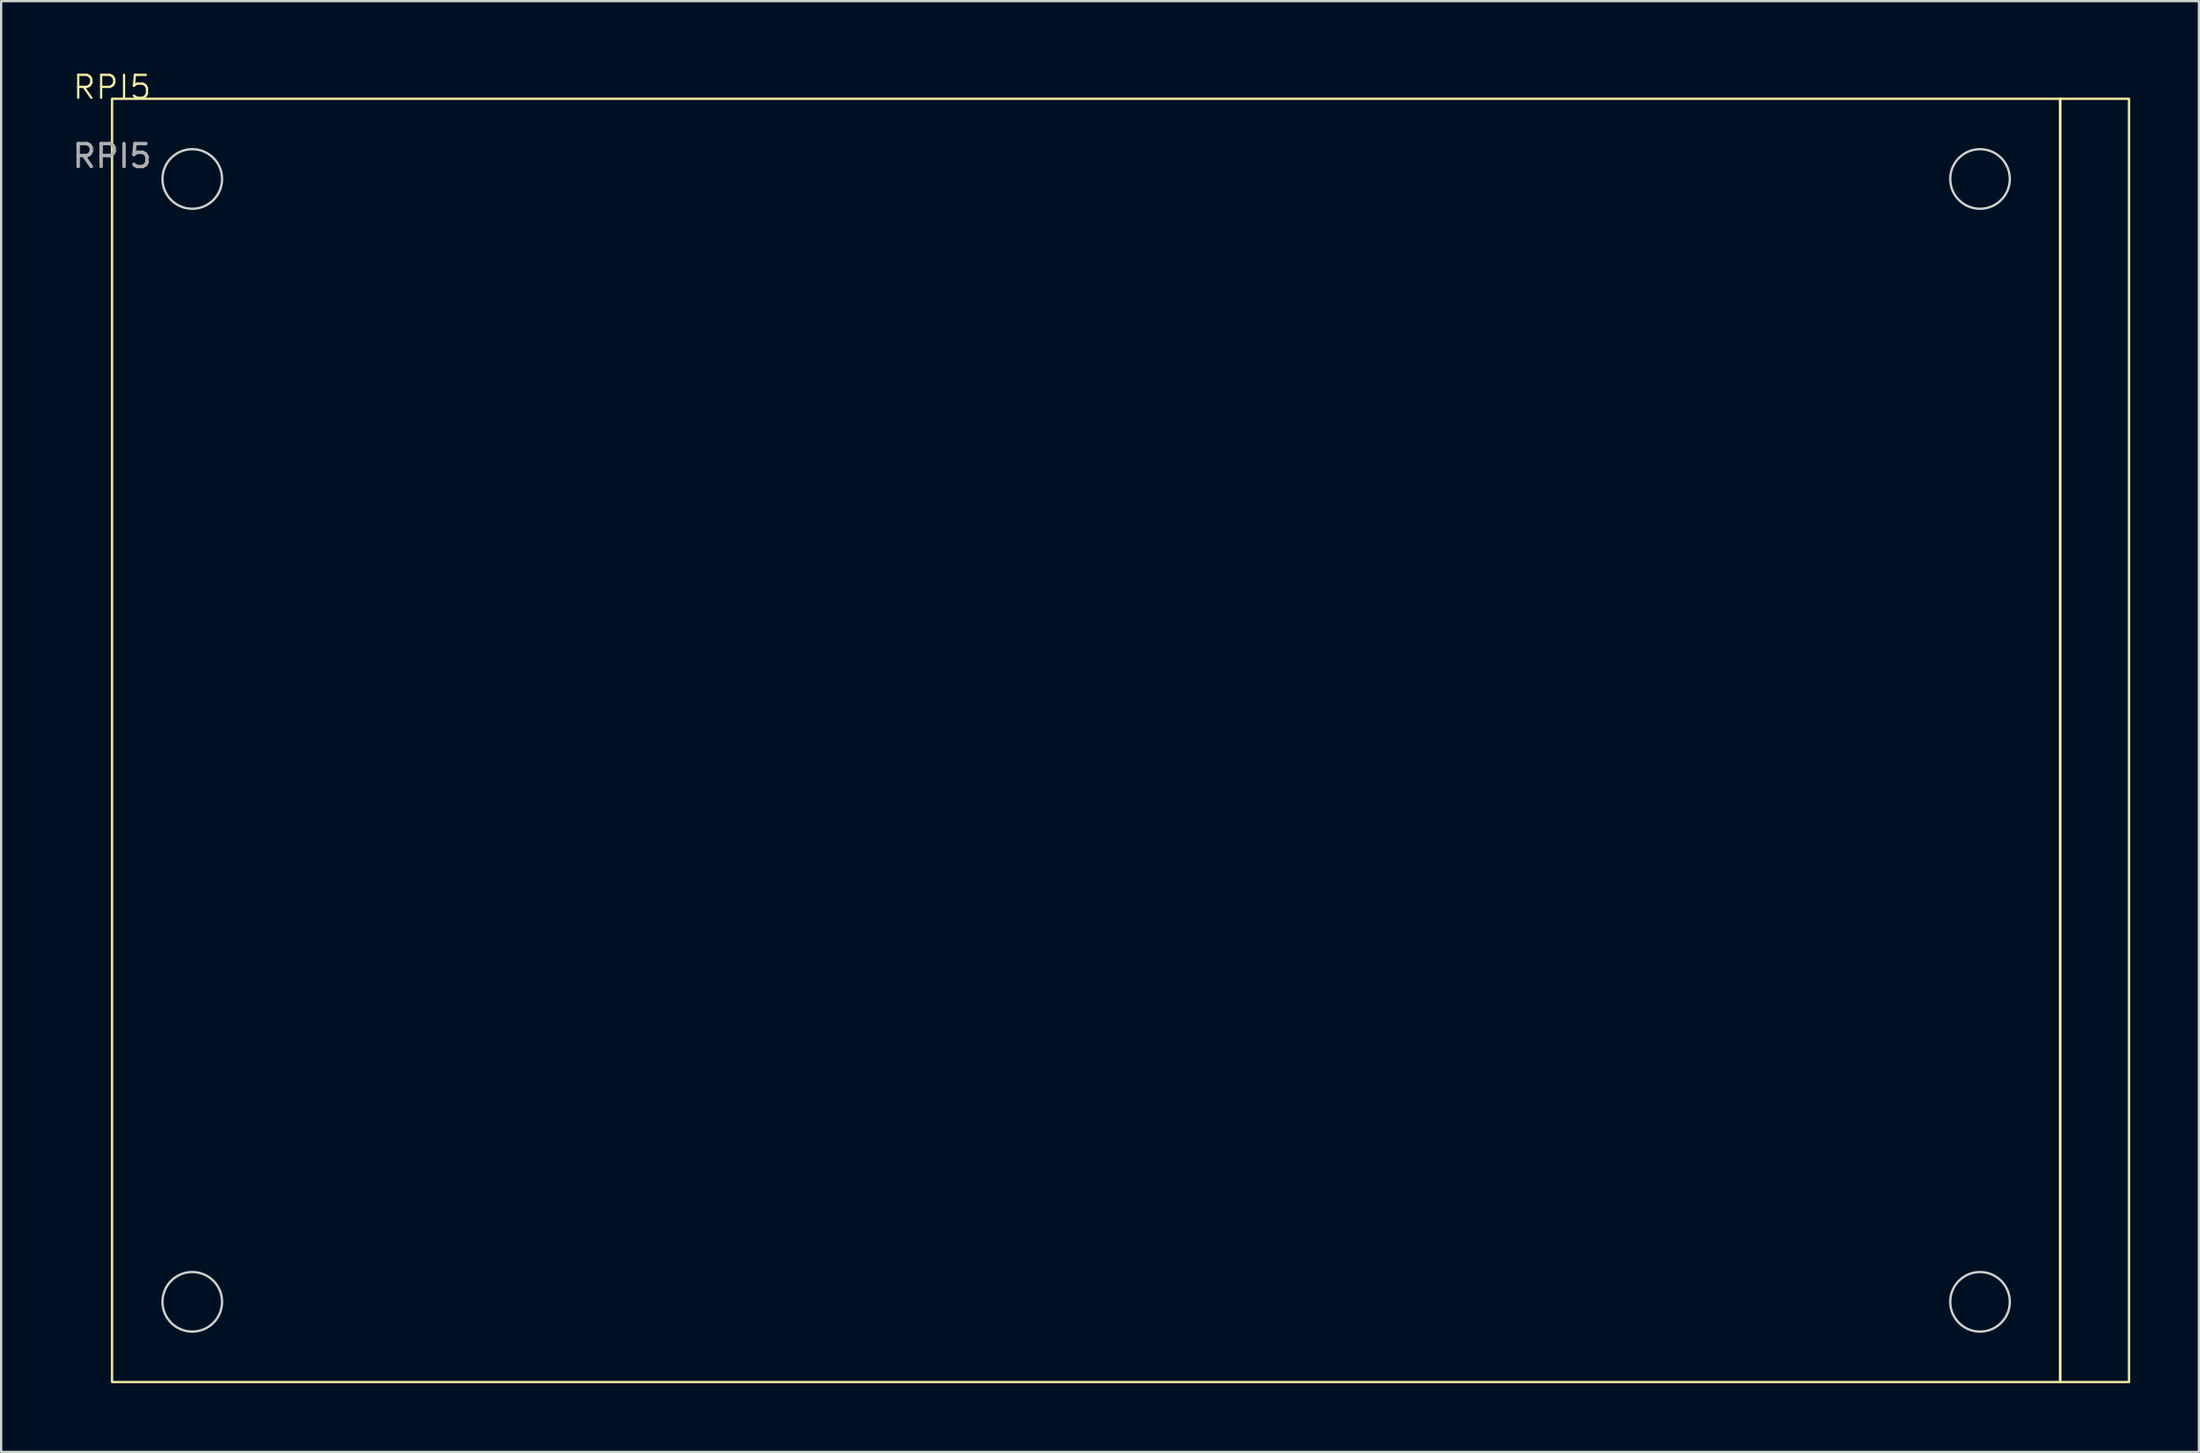
<source format=kicad_pcb>
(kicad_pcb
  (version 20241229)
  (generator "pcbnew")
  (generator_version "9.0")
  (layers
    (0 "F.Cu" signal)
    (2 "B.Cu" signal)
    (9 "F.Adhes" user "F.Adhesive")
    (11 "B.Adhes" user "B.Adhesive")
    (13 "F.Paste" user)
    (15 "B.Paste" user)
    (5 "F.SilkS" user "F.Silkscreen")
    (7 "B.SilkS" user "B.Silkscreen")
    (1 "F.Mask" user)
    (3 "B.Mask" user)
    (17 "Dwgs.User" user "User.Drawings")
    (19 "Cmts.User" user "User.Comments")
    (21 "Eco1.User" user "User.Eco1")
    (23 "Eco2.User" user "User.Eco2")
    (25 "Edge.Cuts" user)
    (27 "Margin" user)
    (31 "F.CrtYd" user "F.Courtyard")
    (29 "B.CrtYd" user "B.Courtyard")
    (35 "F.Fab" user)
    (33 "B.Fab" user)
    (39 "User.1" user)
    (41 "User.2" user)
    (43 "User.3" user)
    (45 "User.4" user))
  (footprint "RPI5"
    (layer "F.Cu")
    (at 1.839 1.26)
    (property "Reference" "RPI5" (at 0 -0.5 0) (unlocked yes) (layer "F.SilkS") (effects (font (size 1 1) (thickness 0.1))))
    (attr through_hole)
    (fp_rect (start 0 0) (end 85 56) (stroke (width 0.1) (type default)) (fill no) (layer "F.SilkS"))
    (fp_rect (start 85 0) (end 88 56) (stroke (width 0.1) (type default)) (fill no) (layer "F.SilkS"))
    (fp_circle (center 3.5 3.5) (end 4.8 3.5) (stroke (width 0.1) (type default)) (fill no) (layer "Edge.Cuts"))
    (fp_circle (center 3.5 52.5) (end 4.8 52.5) (stroke (width 0.1) (type default)) (fill no) (layer "Edge.Cuts"))
    (fp_circle (center 81.5 3.5) (end 82.8 3.5) (stroke (width 0.1) (type default)) (fill no) (layer "Edge.Cuts"))
    (fp_circle (center 81.5 52.5) (end 82.8 52.5) (stroke (width 0.1) (type default)) (fill no) (layer "Edge.Cuts"))
    (fp_text user "${REFERENCE}" (at 0 2.5 0) (unlocked yes) (layer "F.Fab") (effects (font (size 1 1) (thickness 0.15)))))
  (gr_rect
    (start -3 -3)
    (end 92.889 60.31)
    (stroke (width 0.1) (type default))
    (fill no)
    (layer "Edge.Cuts")))
</source>
